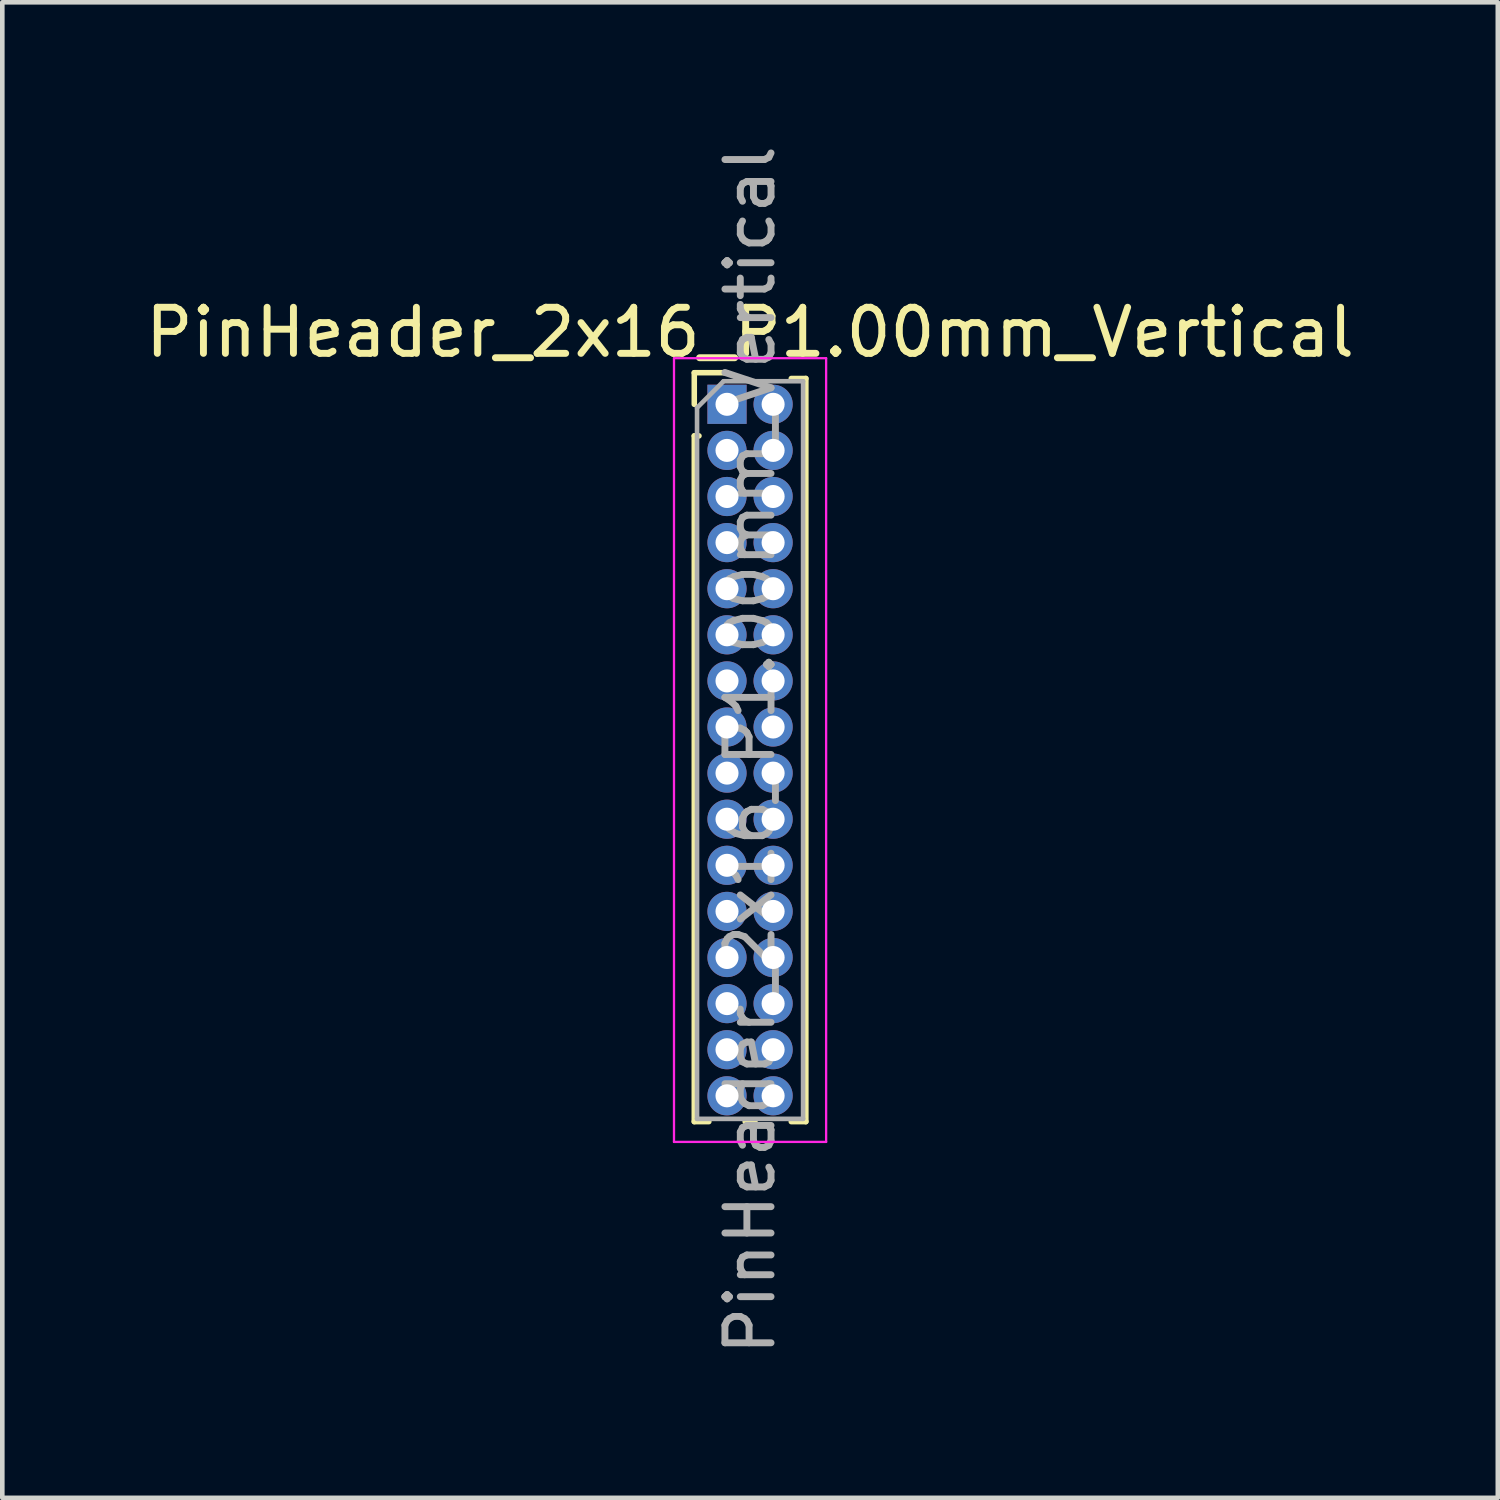
<source format=kicad_pcb>
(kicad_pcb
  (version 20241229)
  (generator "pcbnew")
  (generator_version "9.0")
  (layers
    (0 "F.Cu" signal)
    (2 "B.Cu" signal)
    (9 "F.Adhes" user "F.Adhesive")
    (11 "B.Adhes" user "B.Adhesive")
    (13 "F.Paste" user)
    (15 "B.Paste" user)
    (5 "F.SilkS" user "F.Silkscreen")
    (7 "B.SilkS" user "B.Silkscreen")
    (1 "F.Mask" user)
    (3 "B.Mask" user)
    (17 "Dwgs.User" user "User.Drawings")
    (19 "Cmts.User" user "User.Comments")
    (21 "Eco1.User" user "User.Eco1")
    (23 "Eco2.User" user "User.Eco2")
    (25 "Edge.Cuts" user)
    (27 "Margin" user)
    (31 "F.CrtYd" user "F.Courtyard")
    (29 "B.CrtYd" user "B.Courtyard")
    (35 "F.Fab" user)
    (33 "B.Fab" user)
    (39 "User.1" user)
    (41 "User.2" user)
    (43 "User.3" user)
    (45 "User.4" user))
  (footprint "PinHeader_2x16_P1.00mm_Vertical"
    (layer "F.Cu")
    (at 12.72 5.72)
    (property "Reference" "PinHeader_2x16_P1.00mm_Vertical" (at 0.5 -1.56 0) (layer "F.SilkS") (effects (font (size 1 1) (thickness 0.15))))
    (attr through_hole)
    (fp_line (start -0.71 -0.685) (end 0 -0.685) (stroke (width 0.12) (type solid)) (layer "F.SilkS"))
    (fp_line (start -0.71 0) (end -0.71 -0.685) (stroke (width 0.12) (type solid)) (layer "F.SilkS"))
    (fp_line (start -0.71 0.685) (end -0.71 15.56) (stroke (width 0.12) (type solid)) (layer "F.SilkS"))
    (fp_line (start -0.71 0.685) (end -0.608 0.685) (stroke (width 0.12) (type solid)) (layer "F.SilkS"))
    (fp_line (start -0.71 15.56) (end -0.394 15.56) (stroke (width 0.12) (type solid)) (layer "F.SilkS"))
    (fp_line (start 0.394 15.56) (end 0.606 15.56) (stroke (width 0.12) (type solid)) (layer "F.SilkS"))
    (fp_line (start 1.394 -0.56) (end 1.71 -0.56) (stroke (width 0.12) (type solid)) (layer "F.SilkS"))
    (fp_line (start 1.394 15.56) (end 1.71 15.56) (stroke (width 0.12) (type solid)) (layer "F.SilkS"))
    (fp_line (start 1.71 -0.56) (end 1.71 15.56) (stroke (width 0.12) (type solid)) (layer "F.SilkS"))
    (fp_line (start -1.15 -1) (end -1.15 16) (stroke (width 0.05) (type solid)) (layer "F.CrtYd"))
    (fp_line (start -1.15 16) (end 2.15 16) (stroke (width 0.05) (type solid)) (layer "F.CrtYd"))
    (fp_line (start 2.15 -1) (end -1.15 -1) (stroke (width 0.05) (type solid)) (layer "F.CrtYd"))
    (fp_line (start 2.15 16) (end 2.15 -1) (stroke (width 0.05) (type solid)) (layer "F.CrtYd"))
    (fp_line (start -0.65 0.075) (end -0.075 -0.5) (stroke (width 0.1) (type solid)) (layer "F.Fab"))
    (fp_line (start -0.65 15.5) (end -0.65 0.075) (stroke (width 0.1) (type solid)) (layer "F.Fab"))
    (fp_line (start -0.075 -0.5) (end 1.65 -0.5) (stroke (width 0.1) (type solid)) (layer "F.Fab"))
    (fp_line (start 1.65 -0.5) (end 1.65 15.5) (stroke (width 0.1) (type solid)) (layer "F.Fab"))
    (fp_line (start 1.65 15.5) (end -0.65 15.5) (stroke (width 0.1) (type solid)) (layer "F.Fab"))
    (fp_text user "${REFERENCE}" (at 0.5 7.5 90) (layer "F.Fab") (effects (font (size 1 1) (thickness 0.15))))
    (pad "1" thru_hole rect (at 0 0) (size 0.85 0.85) (drill 0.5) (layers "*.Cu" "*.Mask"))
    (pad "2" thru_hole oval (at 1 0) (size 0.85 0.85) (drill 0.5) (layers "*.Cu" "*.Mask"))
    (pad "3" thru_hole oval (at 0 1) (size 0.85 0.85) (drill 0.5) (layers "*.Cu" "*.Mask"))
    (pad "4" thru_hole oval (at 1 1) (size 0.85 0.85) (drill 0.5) (layers "*.Cu" "*.Mask"))
    (pad "5" thru_hole oval (at 0 2) (size 0.85 0.85) (drill 0.5) (layers "*.Cu" "*.Mask"))
    (pad "6" thru_hole oval (at 1 2) (size 0.85 0.85) (drill 0.5) (layers "*.Cu" "*.Mask"))
    (pad "7" thru_hole oval (at 0 3) (size 0.85 0.85) (drill 0.5) (layers "*.Cu" "*.Mask"))
    (pad "8" thru_hole oval (at 1 3) (size 0.85 0.85) (drill 0.5) (layers "*.Cu" "*.Mask"))
    (pad "9" thru_hole oval (at 0 4) (size 0.85 0.85) (drill 0.5) (layers "*.Cu" "*.Mask"))
    (pad "10" thru_hole oval (at 1 4) (size 0.85 0.85) (drill 0.5) (layers "*.Cu" "*.Mask"))
    (pad "11" thru_hole oval (at 0 5) (size 0.85 0.85) (drill 0.5) (layers "*.Cu" "*.Mask"))
    (pad "12" thru_hole oval (at 1 5) (size 0.85 0.85) (drill 0.5) (layers "*.Cu" "*.Mask"))
    (pad "13" thru_hole oval (at 0 6) (size 0.85 0.85) (drill 0.5) (layers "*.Cu" "*.Mask"))
    (pad "14" thru_hole oval (at 1 6) (size 0.85 0.85) (drill 0.5) (layers "*.Cu" "*.Mask"))
    (pad "15" thru_hole oval (at 0 7) (size 0.85 0.85) (drill 0.5) (layers "*.Cu" "*.Mask"))
    (pad "16" thru_hole oval (at 1 7) (size 0.85 0.85) (drill 0.5) (layers "*.Cu" "*.Mask"))
    (pad "17" thru_hole oval (at 0 8) (size 0.85 0.85) (drill 0.5) (layers "*.Cu" "*.Mask"))
    (pad "18" thru_hole oval (at 1 8) (size 0.85 0.85) (drill 0.5) (layers "*.Cu" "*.Mask"))
    (pad "19" thru_hole oval (at 0 9) (size 0.85 0.85) (drill 0.5) (layers "*.Cu" "*.Mask"))
    (pad "20" thru_hole oval (at 1 9) (size 0.85 0.85) (drill 0.5) (layers "*.Cu" "*.Mask"))
    (pad "21" thru_hole oval (at 0 10) (size 0.85 0.85) (drill 0.5) (layers "*.Cu" "*.Mask"))
    (pad "22" thru_hole oval (at 1 10) (size 0.85 0.85) (drill 0.5) (layers "*.Cu" "*.Mask"))
    (pad "23" thru_hole oval (at 0 11) (size 0.85 0.85) (drill 0.5) (layers "*.Cu" "*.Mask"))
    (pad "24" thru_hole oval (at 1 11) (size 0.85 0.85) (drill 0.5) (layers "*.Cu" "*.Mask"))
    (pad "25" thru_hole oval (at 0 12) (size 0.85 0.85) (drill 0.5) (layers "*.Cu" "*.Mask"))
    (pad "26" thru_hole oval (at 1 12) (size 0.85 0.85) (drill 0.5) (layers "*.Cu" "*.Mask"))
    (pad "27" thru_hole oval (at 0 13) (size 0.85 0.85) (drill 0.5) (layers "*.Cu" "*.Mask"))
    (pad "28" thru_hole oval (at 1 13) (size 0.85 0.85) (drill 0.5) (layers "*.Cu" "*.Mask"))
    (pad "29" thru_hole oval (at 0 14) (size 0.85 0.85) (drill 0.5) (layers "*.Cu" "*.Mask"))
    (pad "30" thru_hole oval (at 1 14) (size 0.85 0.85) (drill 0.5) (layers "*.Cu" "*.Mask"))
    (pad "31" thru_hole oval (at 0 15) (size 0.85 0.85) (drill 0.5) (layers "*.Cu" "*.Mask"))
    (pad "32" thru_hole oval (at 1 15) (size 0.85 0.85) (drill 0.5) (layers "*.Cu" "*.Mask")))
  (gr_rect
    (start -3 -3)
    (end 29.44 29.44)
    (stroke (width 0.1) (type default))
    (fill no)
    (layer "Edge.Cuts")))
</source>
